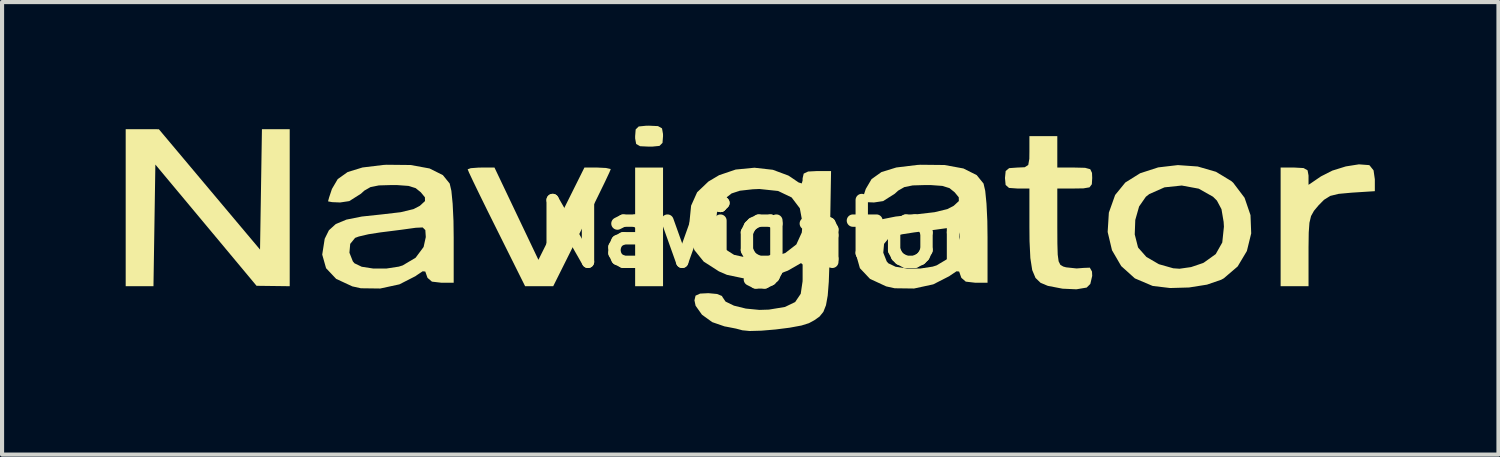
<source format=kicad_pcb>
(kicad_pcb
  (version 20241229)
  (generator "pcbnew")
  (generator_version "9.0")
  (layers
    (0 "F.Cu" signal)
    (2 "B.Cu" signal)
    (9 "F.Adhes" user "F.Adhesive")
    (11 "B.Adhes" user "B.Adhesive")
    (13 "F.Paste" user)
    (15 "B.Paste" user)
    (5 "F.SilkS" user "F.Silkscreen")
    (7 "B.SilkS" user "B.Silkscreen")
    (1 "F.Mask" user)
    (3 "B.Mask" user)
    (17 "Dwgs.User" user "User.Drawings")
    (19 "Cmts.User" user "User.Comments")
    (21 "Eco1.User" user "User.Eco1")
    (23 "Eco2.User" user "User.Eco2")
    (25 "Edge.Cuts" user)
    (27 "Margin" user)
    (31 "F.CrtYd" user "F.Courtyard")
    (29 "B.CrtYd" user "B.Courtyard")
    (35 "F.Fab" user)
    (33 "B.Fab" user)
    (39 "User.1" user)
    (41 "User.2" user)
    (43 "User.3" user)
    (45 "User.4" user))
  (footprint "Navigator"
    (layer "F.Cu")
    (at 15.325 2.625)
    (property "Reference" "Navigator" (at 0 0 0) (layer "F.SilkS") (effects (font (size 1.5 1.5) (thickness 0.3))))
    (attr board_only exclude_from_pos_files exclude_from_bom)
    (fp_poly (pts (xy -2.286 -0.169) (xy -2.286 1.27) (xy -2.625 1.27) (xy -2.963 1.27) (xy -2.963 -0.169) (xy -2.963 -1.609) (xy -2.625 -1.609) (xy -2.286 -1.609)) (stroke (width 0) (type solid)) (fill yes) (layer "F.SilkS"))
    (fp_poly (pts (xy -2.408 -2.615) (xy -2.311 -2.56) (xy -2.287 -2.425) (xy -2.286 -2.371) (xy -2.299 -2.208) (xy -2.372 -2.135) (xy -2.552 -2.117) (xy -2.625 -2.117) (xy -2.842 -2.127) (xy -2.938 -2.181) (xy -2.963 -2.316) (xy -2.963 -2.371) (xy -2.95 -2.534) (xy -2.877 -2.606) (xy -2.697 -2.624) (xy -2.625 -2.625)) (stroke (width 0) (type solid)) (fill yes) (layer "F.SilkS"))
    (fp_poly (pts (xy -11.345 -0.635) (xy -11.345 1.27) (xy -11.748 1.265) (xy -12.15 1.26) (xy -13.377 -0.211) (xy -14.605 -1.682) (xy -14.628 -0.206) (xy -14.651 1.27) (xy -14.988 1.27) (xy -15.325 1.27) (xy -15.325 -0.635) (xy -15.325 -2.54) (xy -14.922 -2.54) (xy -14.52 -2.539) (xy -13.293 -1.079) (xy -12.065 0.381) (xy -12.042 -1.079) (xy -12.019 -2.54) (xy -11.682 -2.54) (xy -11.345 -2.54)) (stroke (width 0) (type solid)) (fill yes) (layer "F.SilkS"))
    (fp_poly (pts (xy -5.843 -0.489) (xy -5.31 0.63) (xy -4.752 -0.489) (xy -4.194 -1.609) (xy -3.875 -1.609) (xy -3.67 -1.599) (xy -3.561 -1.575) (xy -3.556 -1.567) (xy -3.592 -1.482) (xy -3.692 -1.269) (xy -3.845 -0.955) (xy -4.037 -0.563) (xy -4.253 -0.128) (xy -4.951 1.27) (xy -5.292 1.27) (xy -5.633 1.27) (xy -6.33 -0.128) (xy -6.551 -0.572) (xy -6.743 -0.963) (xy -6.894 -1.275) (xy -6.993 -1.485) (xy -7.027 -1.567) (xy -6.952 -1.594) (xy -6.766 -1.608) (xy -6.702 -1.609) (xy -6.376 -1.609)) (stroke (width 0) (type solid)) (fill yes) (layer "F.SilkS"))
    (fp_poly (pts (xy 14.841 -1.669) (xy 14.858 -1.663) (xy 14.955 -1.541) (xy 14.986 -1.325) (xy 14.986 -1.036) (xy 14.425 -1) (xy 14.108 -0.971) (xy 13.903 -0.921) (xy 13.752 -0.826) (xy 13.62 -0.692) (xy 13.509 -0.559) (xy 13.438 -0.432) (xy 13.399 -0.269) (xy 13.382 -0.029) (xy 13.377 0.331) (xy 13.377 0.425) (xy 13.377 1.27) (xy 13.039 1.27) (xy 12.7 1.27) (xy 12.7 -0.169) (xy 12.7 -1.609) (xy 13.039 -1.609) (xy 13.257 -1.597) (xy 13.354 -1.542) (xy 13.377 -1.416) (xy 13.377 -1.4) (xy 13.377 -1.19) (xy 13.679 -1.395) (xy 13.954 -1.535) (xy 14.282 -1.637) (xy 14.6 -1.687)) (stroke (width 0) (type solid)) (fill yes) (layer "F.SilkS"))
    (fp_poly (pts (xy 7.281 -1.99) (xy 7.281 -1.609) (xy 7.705 -1.609) (xy 7.955 -1.603) (xy 8.08 -1.569) (xy 8.123 -1.48) (xy 8.128 -1.355) (xy 8.119 -1.204) (xy 8.062 -1.129) (xy 7.914 -1.104) (xy 7.705 -1.101) (xy 7.281 -1.101) (xy 7.281 -0.171) (xy 7.283 0.236) (xy 7.291 0.504) (xy 7.313 0.666) (xy 7.356 0.752) (xy 7.426 0.793) (xy 7.495 0.812) (xy 7.75 0.839) (xy 7.918 0.826) (xy 8.07 0.82) (xy 8.123 0.915) (xy 8.128 1.019) (xy 8.082 1.215) (xy 7.994 1.303) (xy 7.744 1.345) (xy 7.408 1.33) (xy 7.06 1.263) (xy 7.045 1.259) (xy 6.874 1.187) (xy 6.752 1.069) (xy 6.672 0.878) (xy 6.627 0.587) (xy 6.607 0.171) (xy 6.604 -0.175) (xy 6.604 -1.101) (xy 6.308 -1.101) (xy 6.109 -1.115) (xy 6.027 -1.187) (xy 6.011 -1.355) (xy 6.028 -1.525) (xy 6.112 -1.595) (xy 6.308 -1.609) (xy 6.49 -1.617) (xy 6.576 -1.672) (xy 6.602 -1.82) (xy 6.604 -1.99) (xy 6.604 -2.371) (xy 6.943 -2.371) (xy 7.281 -2.371)) (stroke (width 0) (type solid)) (fill yes) (layer "F.SilkS"))
    (fp_poly (pts (xy 10.687 -1.635) (xy 11.132 -1.506) (xy 11.505 -1.28) (xy 11.549 -1.241) (xy 11.825 -0.876) (xy 11.969 -0.455) (xy 11.986 -0.012) (xy 11.881 0.416) (xy 11.657 0.791) (xy 11.32 1.079) (xy 11.256 1.114) (xy 10.913 1.232) (xy 10.477 1.301) (xy 10.018 1.314) (xy 9.606 1.265) (xy 9.589 1.261) (xy 9.163 1.08) (xy 8.832 0.782) (xy 8.608 0.397) (xy 8.517 0.013) (xy 9.16 0.013) (xy 9.238 0.321) (xy 9.247 0.339) (xy 9.443 0.56) (xy 9.746 0.736) (xy 10.094 0.835) (xy 10.245 0.846) (xy 10.527 0.806) (xy 10.816 0.708) (xy 10.836 0.698) (xy 11.125 0.491) (xy 11.284 0.209) (xy 11.324 -0.174) (xy 11.317 -0.291) (xy 11.265 -0.599) (xy 11.154 -0.807) (xy 11.06 -0.901) (xy 10.712 -1.097) (xy 10.301 -1.173) (xy 9.882 -1.129) (xy 9.512 -0.965) (xy 9.43 -0.901) (xy 9.266 -0.665) (xy 9.173 -0.338) (xy 9.16 0.013) (xy 8.517 0.013) (xy 8.503 -0.046) (xy 8.532 -0.515) (xy 8.684 -0.943) (xy 8.931 -1.246) (xy 9.291 -1.471) (xy 9.729 -1.613) (xy 10.207 -1.669)) (stroke (width 0) (type solid)) (fill yes) (layer "F.SilkS"))
    (fp_poly (pts (xy -8.41 -1.671) (xy -7.951 -1.587) (xy -7.629 -1.426) (xy -7.463 -1.221) (xy -7.422 -1.044) (xy -7.391 -0.73) (xy -7.371 -0.313) (xy -7.366 0.089) (xy -7.366 1.185) (xy -7.67 1.185) (xy -7.894 1.159) (xy -8.001 1.067) (xy -8.018 1.02) (xy -8.055 0.914) (xy -8.119 0.908) (xy -8.26 1.002) (xy -8.293 1.026) (xy -8.683 1.225) (xy -9.149 1.326) (xy -9.619 1.32) (xy -9.826 1.274) (xy -10.218 1.092) (xy -10.463 0.833) (xy -10.556 0.503) (xy -10.549 0.457) (xy -9.896 0.457) (xy -9.813 0.667) (xy -9.773 0.714) (xy -9.597 0.798) (xy -9.318 0.841) (xy -8.998 0.841) (xy -8.698 0.795) (xy -8.603 0.765) (xy -8.29 0.579) (xy -8.096 0.318) (xy -8.043 0.077) (xy -8.054 -0.092) (xy -8.119 -0.156) (xy -8.288 -0.148) (xy -8.361 -0.138) (xy -8.636 -0.1) (xy -8.976 -0.057) (xy -9.144 -0.036) (xy -9.433 0.009) (xy -9.668 0.064) (xy -9.758 0.097) (xy -9.877 0.243) (xy -9.896 0.457) (xy -10.549 0.457) (xy -10.496 0.119) (xy -10.394 -0.087) (xy -10.227 -0.239) (xy -9.969 -0.346) (xy -9.594 -0.421) (xy -9.113 -0.472) (xy -8.651 -0.526) (xy -8.341 -0.601) (xy -8.187 -0.681) (xy -8.062 -0.796) (xy -8.064 -0.887) (xy -8.163 -1.008) (xy -8.289 -1.11) (xy -8.464 -1.164) (xy -8.739 -1.184) (xy -8.865 -1.185) (xy -9.181 -1.176) (xy -9.385 -1.135) (xy -9.535 -1.049) (xy -9.617 -0.974) (xy -9.9 -0.795) (xy -10.122 -0.762) (xy -10.316 -0.77) (xy -10.412 -0.788) (xy -10.414 -0.792) (xy -10.389 -0.884) (xy -10.328 -1.068) (xy -10.32 -1.091) (xy -10.18 -1.329) (xy -9.94 -1.5) (xy -9.579 -1.611) (xy -9.077 -1.672) (xy -8.994 -1.677)) (stroke (width 0) (type solid)) (fill yes) (layer "F.SilkS"))
    (fp_poly (pts (xy 4.544 -1.671) (xy 5.003 -1.587) (xy 5.325 -1.426) (xy 5.491 -1.221) (xy 5.532 -1.044) (xy 5.563 -0.73) (xy 5.583 -0.313) (xy 5.588 0.089) (xy 5.588 1.185) (xy 5.284 1.185) (xy 5.06 1.159) (xy 4.953 1.067) (xy 4.936 1.02) (xy 4.899 0.914) (xy 4.835 0.908) (xy 4.694 1.002) (xy 4.661 1.026) (xy 4.271 1.225) (xy 3.805 1.326) (xy 3.335 1.32) (xy 3.128 1.274) (xy 2.736 1.092) (xy 2.491 0.833) (xy 2.398 0.503) (xy 2.405 0.457) (xy 3.058 0.457) (xy 3.141 0.667) (xy 3.181 0.714) (xy 3.357 0.798) (xy 3.636 0.841) (xy 3.956 0.841) (xy 4.256 0.795) (xy 4.351 0.765) (xy 4.664 0.579) (xy 4.858 0.318) (xy 4.911 0.077) (xy 4.9 -0.092) (xy 4.835 -0.156) (xy 4.666 -0.148) (xy 4.593 -0.138) (xy 4.318 -0.1) (xy 3.978 -0.057) (xy 3.81 -0.036) (xy 3.521 0.009) (xy 3.286 0.064) (xy 3.196 0.097) (xy 3.077 0.243) (xy 3.058 0.457) (xy 2.405 0.457) (xy 2.458 0.119) (xy 2.56 -0.087) (xy 2.727 -0.239) (xy 2.985 -0.346) (xy 3.36 -0.421) (xy 3.841 -0.472) (xy 4.303 -0.526) (xy 4.613 -0.601) (xy 4.767 -0.681) (xy 4.892 -0.796) (xy 4.89 -0.887) (xy 4.791 -1.008) (xy 4.665 -1.11) (xy 4.49 -1.164) (xy 4.215 -1.184) (xy 4.089 -1.185) (xy 3.773 -1.176) (xy 3.569 -1.135) (xy 3.419 -1.049) (xy 3.337 -0.974) (xy 3.054 -0.795) (xy 2.832 -0.762) (xy 2.638 -0.77) (xy 2.542 -0.788) (xy 2.54 -0.792) (xy 2.565 -0.884) (xy 2.626 -1.068) (xy 2.634 -1.091) (xy 2.774 -1.329) (xy 3.014 -1.5) (xy 3.375 -1.611) (xy 3.877 -1.672) (xy 3.96 -1.677)) (stroke (width 0) (type solid)) (fill yes) (layer "F.SilkS"))
    (fp_poly (pts (xy 0.378 -1.555) (xy 0.755 -1.415) (xy 0.827 -1.368) (xy 1.003 -1.248) (xy 1.08 -1.224) (xy 1.1 -1.294) (xy 1.101 -1.349) (xy 1.127 -1.462) (xy 1.234 -1.513) (xy 1.446 -1.524) (xy 1.791 -1.524) (xy 1.763 0.114) (xy 1.752 0.712) (xy 1.736 1.165) (xy 1.71 1.496) (xy 1.668 1.731) (xy 1.604 1.893) (xy 1.511 2.007) (xy 1.385 2.096) (xy 1.254 2.167) (xy 1.072 2.224) (xy 0.784 2.277) (xy 0.443 2.32) (xy 0.102 2.349) (xy -0.186 2.357) (xy -0.368 2.339) (xy -0.381 2.334) (xy -0.514 2.299) (xy -0.737 2.255) (xy -0.793 2.245) (xy -1.092 2.142) (xy -1.341 1.962) (xy -1.496 1.744) (xy -1.524 1.613) (xy -1.497 1.499) (xy -1.386 1.449) (xy -1.185 1.439) (xy -0.973 1.459) (xy -0.855 1.508) (xy -0.847 1.528) (xy -0.769 1.643) (xy -0.565 1.742) (xy -0.277 1.813) (xy 0.053 1.845) (xy 0.281 1.838) (xy 0.671 1.774) (xy 0.92 1.654) (xy 1.055 1.454) (xy 1.1 1.15) (xy 1.101 1.092) (xy 1.101 0.687) (xy 0.741 0.893) (xy 0.277 1.066) (xy -0.232 1.1) (xy -0.736 0.994) (xy -0.93 0.91) (xy -1.3 0.672) (xy -1.526 0.392) (xy -1.632 0.03) (xy -1.644 -0.188) (xy -1.013 -0.188) (xy -0.935 0.131) (xy -0.753 0.388) (xy -0.562 0.509) (xy -0.274 0.572) (xy 0.086 0.582) (xy 0.438 0.542) (xy 0.679 0.465) (xy 0.949 0.256) (xy 1.081 -0.033) (xy 1.101 -0.254) (xy 1.033 -0.621) (xy 0.834 -0.884) (xy 0.506 -1.041) (xy 0.052 -1.089) (xy -0.111 -1.082) (xy -0.422 -1.047) (xy -0.623 -0.981) (xy -0.774 -0.862) (xy -0.817 -0.814) (xy -0.977 -0.519) (xy -1.013 -0.188) (xy -1.644 -0.188) (xy -1.648 -0.254) (xy -1.605 -0.684) (xy -1.459 -1.009) (xy -1.185 -1.27) (xy -0.926 -1.424) (xy -0.523 -1.561) (xy -0.068 -1.605)) (stroke (width 0) (type solid)) (fill yes) (layer "F.SilkS")))
  (gr_rect
    (start -3 -3)
    (end 33.311 7.981)
    (stroke (width 0.1) (type default))
    (fill no)
    (layer "Edge.Cuts")))
</source>
